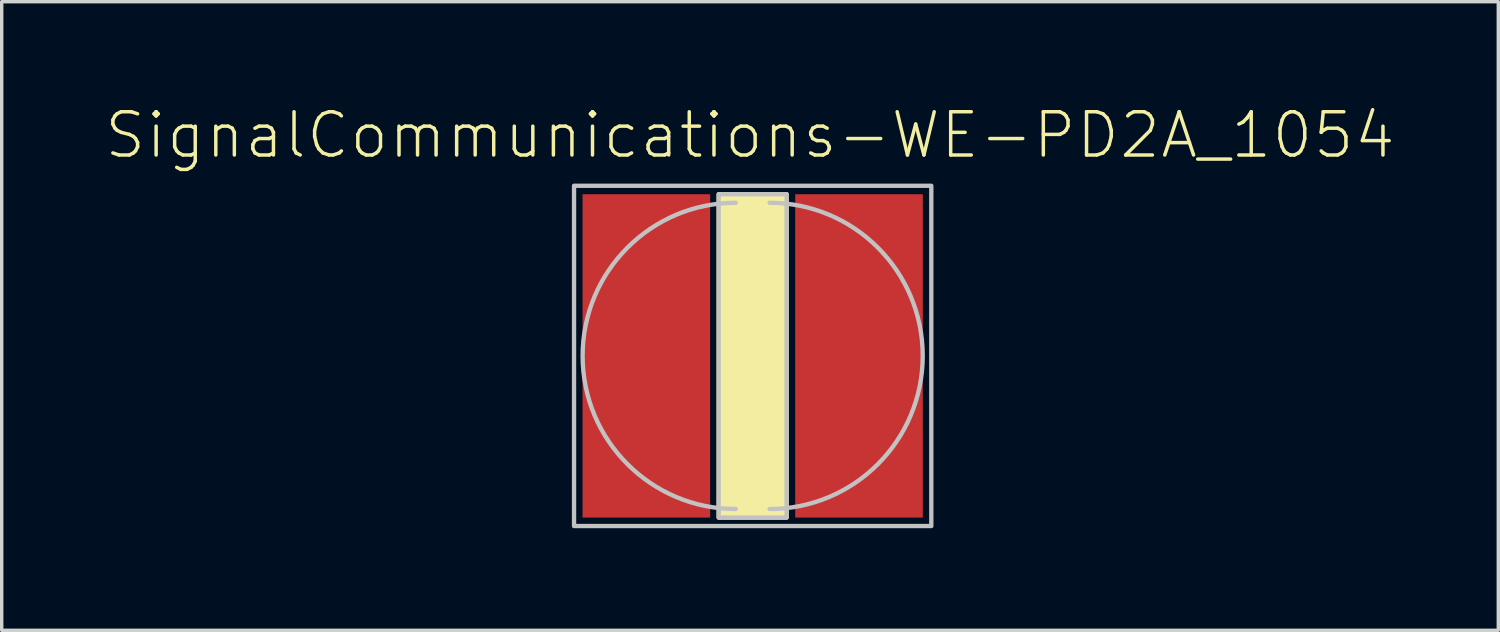
<source format=kicad_pcb>
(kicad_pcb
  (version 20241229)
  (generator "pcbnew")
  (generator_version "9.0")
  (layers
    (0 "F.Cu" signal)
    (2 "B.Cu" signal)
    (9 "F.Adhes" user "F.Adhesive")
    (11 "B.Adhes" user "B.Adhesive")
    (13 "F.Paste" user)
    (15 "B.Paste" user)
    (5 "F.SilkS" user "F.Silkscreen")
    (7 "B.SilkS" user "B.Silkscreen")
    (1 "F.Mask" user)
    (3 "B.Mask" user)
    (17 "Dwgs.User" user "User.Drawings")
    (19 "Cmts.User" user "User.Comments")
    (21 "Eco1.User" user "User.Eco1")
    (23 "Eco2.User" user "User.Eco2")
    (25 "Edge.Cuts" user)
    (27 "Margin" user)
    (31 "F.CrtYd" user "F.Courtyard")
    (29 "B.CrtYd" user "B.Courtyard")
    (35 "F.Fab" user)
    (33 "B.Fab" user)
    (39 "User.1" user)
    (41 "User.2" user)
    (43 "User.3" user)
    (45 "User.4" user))
  (footprint "SignalCommunications-WE-PD2A_1054"
    (layer "F.Cu")
    (at 19.063 7.406)
    (property "Reference" "SignalCommunications-WE-PD2A_1054" (at -0.079 -6.485 0) (layer "F.SilkS") (effects (font (size 1.27 1.27) (thickness 0.102))))
    (attr smd)
    (fp_line (start 0.498 -4.498) (end -0.498 -4.498) (stroke (width 0.127) (type solid)) (layer "F.SilkS"))
    (fp_line (start 0.498 4.498) (end -0.498 4.498) (stroke (width 0.127) (type solid)) (layer "F.SilkS"))
    (fp_poly (pts (xy -0.998 4.75) (xy -0.998 -4.75) (xy 0.998 -4.75) (xy 0.998 4.75) (xy -0.998 4.75)) (stroke (width 0.127) (type solid)) (fill yes) (layer "F.SilkS"))
    (fp_arc (start -0.49784 4.49834) (mid -4.99618 0) (end -0.49784 -4.49834) (stroke (width 0.127) (type solid)) (layer "Dwgs.User"))
    (fp_arc (start 0.49784 -4.49834) (mid 4.99618 0) (end 0.49784 4.49834) (stroke (width 0.127) (type solid)) (layer "Dwgs.User"))
    (fp_poly (pts (xy -5.248 4.999) (xy -5.248 -4.999) (xy 5.248 -4.999) (xy 5.248 4.999) (xy -5.248 4.999)) (stroke (width 0.127) (type solid)) (fill no) (layer "Dwgs.User"))
    (fp_poly (pts (xy -0.998 4.75) (xy -0.998 -4.75) (xy 0.998 -4.75) (xy 0.998 4.75) (xy -0.998 4.75)) (stroke (width 0.127) (type solid)) (fill no) (layer "Dwgs.User"))
    (pad "1" smd rect (at -3.124 0 90) (size 9.5 3.749) (layers "F.Cu" "F.Mask" "F.Paste"))
    (pad "2" smd rect (at 3.124 0 90) (size 9.5 3.749) (layers "F.Cu" "F.Mask" "F.Paste")))
  (gr_rect
    (start -3 -3)
    (end 40.969 15.468)
    (stroke (width 0.1) (type default))
    (fill no)
    (layer "Edge.Cuts")))
</source>
